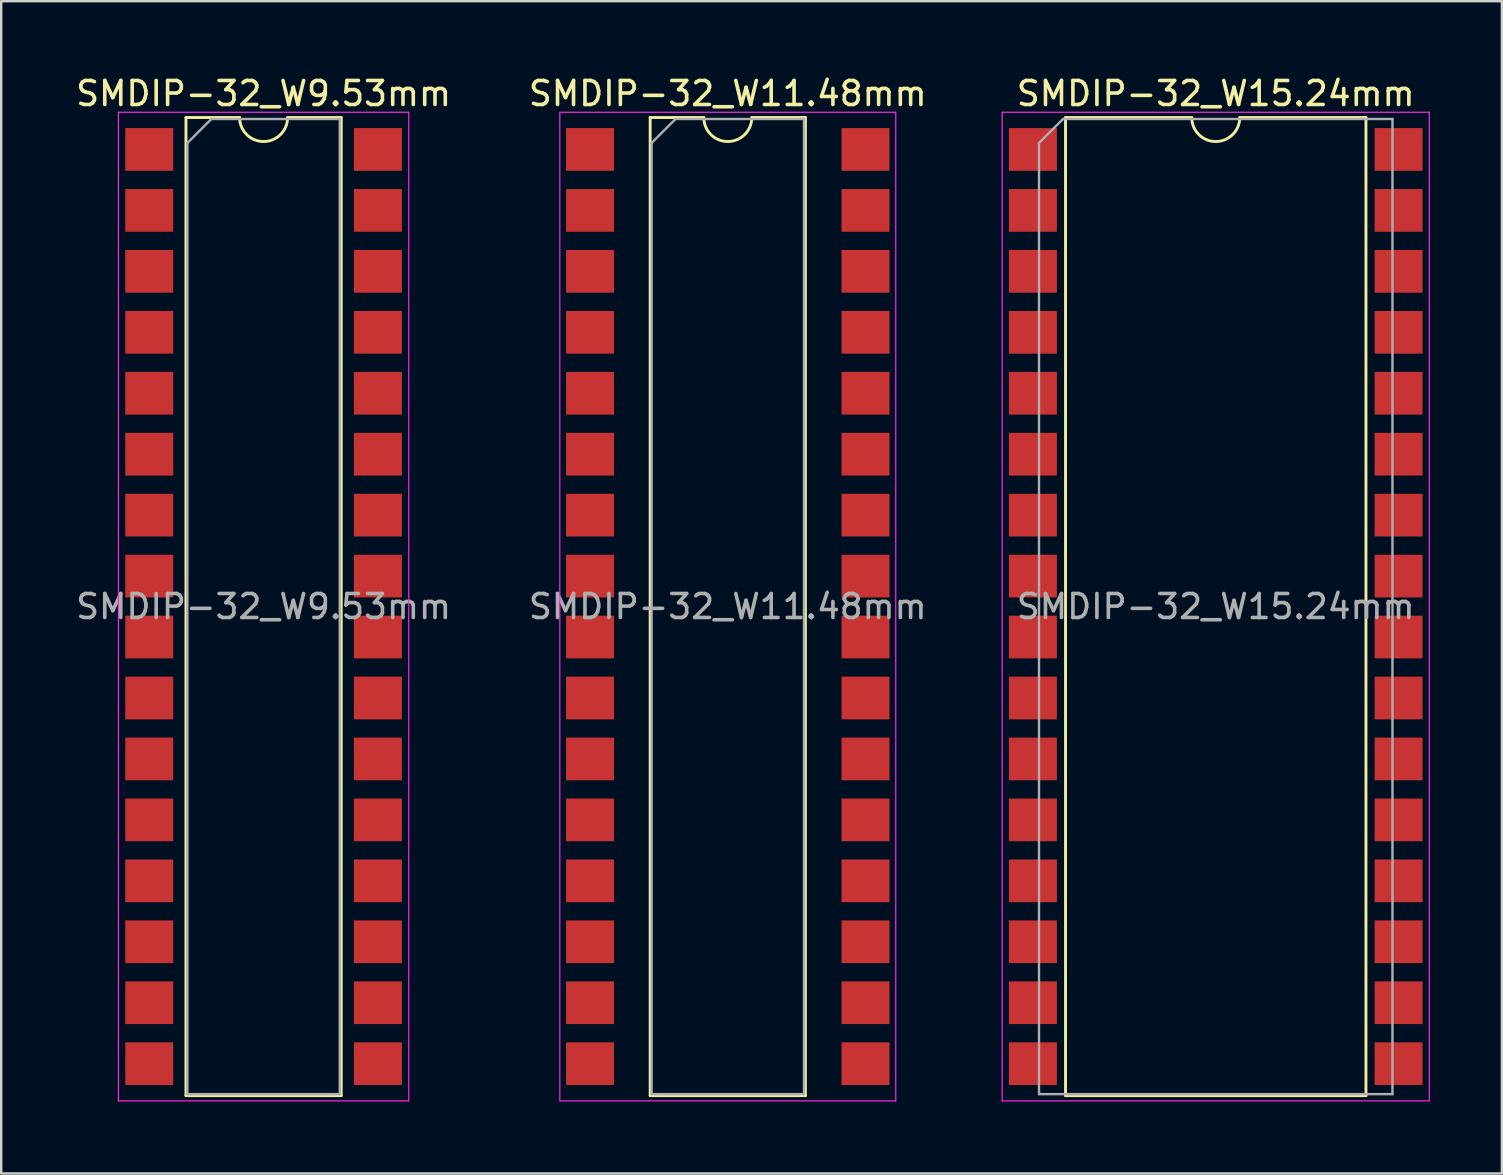
<source format=kicad_pcb>
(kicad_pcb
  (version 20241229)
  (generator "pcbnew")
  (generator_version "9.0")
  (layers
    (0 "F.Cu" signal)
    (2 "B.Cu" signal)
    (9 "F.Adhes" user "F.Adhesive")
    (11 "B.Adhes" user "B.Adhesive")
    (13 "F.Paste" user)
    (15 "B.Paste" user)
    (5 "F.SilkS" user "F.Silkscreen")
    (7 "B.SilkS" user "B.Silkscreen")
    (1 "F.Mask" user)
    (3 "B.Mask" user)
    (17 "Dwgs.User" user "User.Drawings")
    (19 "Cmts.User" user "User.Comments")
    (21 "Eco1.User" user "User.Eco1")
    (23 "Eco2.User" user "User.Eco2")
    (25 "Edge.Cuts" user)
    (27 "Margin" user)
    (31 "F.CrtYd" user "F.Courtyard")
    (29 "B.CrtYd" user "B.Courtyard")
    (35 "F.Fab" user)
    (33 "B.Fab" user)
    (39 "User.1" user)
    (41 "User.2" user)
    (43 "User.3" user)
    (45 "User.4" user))
  (footprint "SMDIP-32_W15.24mm"
    (layer "F.Cu")
    (at 47.615 22.228)
    (property "Reference" "SMDIP-32_W15.24mm" (at 0 -21.38 0) (layer "F.SilkS") (effects (font (size 1 1) (thickness 0.15))))
    (attr smd)
    (fp_line (start -6.26 -20.38) (end -6.26 20.38) (stroke (width 0.12) (type solid)) (layer "F.SilkS"))
    (fp_line (start -6.26 20.38) (end 6.26 20.38) (stroke (width 0.12) (type solid)) (layer "F.SilkS"))
    (fp_line (start -1 -20.38) (end -6.26 -20.38) (stroke (width 0.12) (type solid)) (layer "F.SilkS"))
    (fp_line (start 6.26 -20.38) (end 1 -20.38) (stroke (width 0.12) (type solid)) (layer "F.SilkS"))
    (fp_line (start 6.26 20.38) (end 6.26 -20.38) (stroke (width 0.12) (type solid)) (layer "F.SilkS"))
    (fp_arc (start 1 -20.38) (mid 0 -19.38) (end -1 -20.38) (stroke (width 0.12) (type solid)) (layer "F.SilkS"))
    (fp_line (start -8.9 -20.6) (end -8.9 20.6) (stroke (width 0.05) (type solid)) (layer "F.CrtYd"))
    (fp_line (start -8.9 20.6) (end 8.9 20.6) (stroke (width 0.05) (type solid)) (layer "F.CrtYd"))
    (fp_line (start 8.9 -20.6) (end -8.9 -20.6) (stroke (width 0.05) (type solid)) (layer "F.CrtYd"))
    (fp_line (start 8.9 20.6) (end 8.9 -20.6) (stroke (width 0.05) (type solid)) (layer "F.CrtYd"))
    (fp_line (start -7.365 -19.32) (end -6.365 -20.32) (stroke (width 0.1) (type solid)) (layer "F.Fab"))
    (fp_line (start -7.365 20.32) (end -7.365 -19.32) (stroke (width 0.1) (type solid)) (layer "F.Fab"))
    (fp_line (start -6.365 -20.32) (end 7.365 -20.32) (stroke (width 0.1) (type solid)) (layer "F.Fab"))
    (fp_line (start 7.365 -20.32) (end 7.365 20.32) (stroke (width 0.1) (type solid)) (layer "F.Fab"))
    (fp_line (start 7.365 20.32) (end -7.365 20.32) (stroke (width 0.1) (type solid)) (layer "F.Fab"))
    (fp_text user "${REFERENCE}" (at 0 0 0) (layer "F.Fab") (effects (font (size 1 1) (thickness 0.15))))
    (pad "1" smd rect (at -7.62 -19.05) (size 2 1.78) (layers "F.Cu" "F.Mask" "F.Paste"))
    (pad "2" smd rect (at -7.62 -16.51) (size 2 1.78) (layers "F.Cu" "F.Mask" "F.Paste"))
    (pad "3" smd rect (at -7.62 -13.97) (size 2 1.78) (layers "F.Cu" "F.Mask" "F.Paste"))
    (pad "4" smd rect (at -7.62 -11.43) (size 2 1.78) (layers "F.Cu" "F.Mask" "F.Paste"))
    (pad "5" smd rect (at -7.62 -8.89) (size 2 1.78) (layers "F.Cu" "F.Mask" "F.Paste"))
    (pad "6" smd rect (at -7.62 -6.35) (size 2 1.78) (layers "F.Cu" "F.Mask" "F.Paste"))
    (pad "7" smd rect (at -7.62 -3.81) (size 2 1.78) (layers "F.Cu" "F.Mask" "F.Paste"))
    (pad "8" smd rect (at -7.62 -1.27) (size 2 1.78) (layers "F.Cu" "F.Mask" "F.Paste"))
    (pad "9" smd rect (at -7.62 1.27) (size 2 1.78) (layers "F.Cu" "F.Mask" "F.Paste"))
    (pad "10" smd rect (at -7.62 3.81) (size 2 1.78) (layers "F.Cu" "F.Mask" "F.Paste"))
    (pad "11" smd rect (at -7.62 6.35) (size 2 1.78) (layers "F.Cu" "F.Mask" "F.Paste"))
    (pad "12" smd rect (at -7.62 8.89) (size 2 1.78) (layers "F.Cu" "F.Mask" "F.Paste"))
    (pad "13" smd rect (at -7.62 11.43) (size 2 1.78) (layers "F.Cu" "F.Mask" "F.Paste"))
    (pad "14" smd rect (at -7.62 13.97) (size 2 1.78) (layers "F.Cu" "F.Mask" "F.Paste"))
    (pad "15" smd rect (at -7.62 16.51) (size 2 1.78) (layers "F.Cu" "F.Mask" "F.Paste"))
    (pad "16" smd rect (at -7.62 19.05) (size 2 1.78) (layers "F.Cu" "F.Mask" "F.Paste"))
    (pad "17" smd rect (at 7.62 19.05) (size 2 1.78) (layers "F.Cu" "F.Mask" "F.Paste"))
    (pad "18" smd rect (at 7.62 16.51) (size 2 1.78) (layers "F.Cu" "F.Mask" "F.Paste"))
    (pad "19" smd rect (at 7.62 13.97) (size 2 1.78) (layers "F.Cu" "F.Mask" "F.Paste"))
    (pad "20" smd rect (at 7.62 11.43) (size 2 1.78) (layers "F.Cu" "F.Mask" "F.Paste"))
    (pad "21" smd rect (at 7.62 8.89) (size 2 1.78) (layers "F.Cu" "F.Mask" "F.Paste"))
    (pad "22" smd rect (at 7.62 6.35) (size 2 1.78) (layers "F.Cu" "F.Mask" "F.Paste"))
    (pad "23" smd rect (at 7.62 3.81) (size 2 1.78) (layers "F.Cu" "F.Mask" "F.Paste"))
    (pad "24" smd rect (at 7.62 1.27) (size 2 1.78) (layers "F.Cu" "F.Mask" "F.Paste"))
    (pad "25" smd rect (at 7.62 -1.27) (size 2 1.78) (layers "F.Cu" "F.Mask" "F.Paste"))
    (pad "26" smd rect (at 7.62 -3.81) (size 2 1.78) (layers "F.Cu" "F.Mask" "F.Paste"))
    (pad "27" smd rect (at 7.62 -6.35) (size 2 1.78) (layers "F.Cu" "F.Mask" "F.Paste"))
    (pad "28" smd rect (at 7.62 -8.89) (size 2 1.78) (layers "F.Cu" "F.Mask" "F.Paste"))
    (pad "29" smd rect (at 7.62 -11.43) (size 2 1.78) (layers "F.Cu" "F.Mask" "F.Paste"))
    (pad "30" smd rect (at 7.62 -13.97) (size 2 1.78) (layers "F.Cu" "F.Mask" "F.Paste"))
    (pad "31" smd rect (at 7.62 -16.51) (size 2 1.78) (layers "F.Cu" "F.Mask" "F.Paste"))
    (pad "32" smd rect (at 7.62 -19.05) (size 2 1.78) (layers "F.Cu" "F.Mask" "F.Paste")))
  (footprint "SMDIP-32_W9.53mm"
    (layer "F.Cu")
    (at 7.935 22.228)
    (property "Reference" "SMDIP-32_W9.53mm" (at 0 -21.38 0) (layer "F.SilkS") (effects (font (size 1 1) (thickness 0.15))))
    (attr smd)
    (fp_line (start -3.235 -20.38) (end -3.235 20.38) (stroke (width 0.12) (type solid)) (layer "F.SilkS"))
    (fp_line (start -3.235 20.38) (end 3.235 20.38) (stroke (width 0.12) (type solid)) (layer "F.SilkS"))
    (fp_line (start -1 -20.38) (end -3.235 -20.38) (stroke (width 0.12) (type solid)) (layer "F.SilkS"))
    (fp_line (start 3.235 -20.38) (end 1 -20.38) (stroke (width 0.12) (type solid)) (layer "F.SilkS"))
    (fp_line (start 3.235 20.38) (end 3.235 -20.38) (stroke (width 0.12) (type solid)) (layer "F.SilkS"))
    (fp_arc (start 1 -20.38) (mid 0 -19.38) (end -1 -20.38) (stroke (width 0.12) (type solid)) (layer "F.SilkS"))
    (fp_line (start -6.05 -20.6) (end -6.05 20.6) (stroke (width 0.05) (type solid)) (layer "F.CrtYd"))
    (fp_line (start -6.05 20.6) (end 6.05 20.6) (stroke (width 0.05) (type solid)) (layer "F.CrtYd"))
    (fp_line (start 6.05 -20.6) (end -6.05 -20.6) (stroke (width 0.05) (type solid)) (layer "F.CrtYd"))
    (fp_line (start 6.05 20.6) (end 6.05 -20.6) (stroke (width 0.05) (type solid)) (layer "F.CrtYd"))
    (fp_line (start -3.175 -19.32) (end -2.175 -20.32) (stroke (width 0.1) (type solid)) (layer "F.Fab"))
    (fp_line (start -3.175 20.32) (end -3.175 -19.32) (stroke (width 0.1) (type solid)) (layer "F.Fab"))
    (fp_line (start -2.175 -20.32) (end 3.175 -20.32) (stroke (width 0.1) (type solid)) (layer "F.Fab"))
    (fp_line (start 3.175 -20.32) (end 3.175 20.32) (stroke (width 0.1) (type solid)) (layer "F.Fab"))
    (fp_line (start 3.175 20.32) (end -3.175 20.32) (stroke (width 0.1) (type solid)) (layer "F.Fab"))
    (fp_text user "${REFERENCE}" (at 0 0 0) (layer "F.Fab") (effects (font (size 1 1) (thickness 0.15))))
    (pad "1" smd rect (at -4.765 -19.05) (size 2 1.78) (layers "F.Cu" "F.Mask" "F.Paste"))
    (pad "2" smd rect (at -4.765 -16.51) (size 2 1.78) (layers "F.Cu" "F.Mask" "F.Paste"))
    (pad "3" smd rect (at -4.765 -13.97) (size 2 1.78) (layers "F.Cu" "F.Mask" "F.Paste"))
    (pad "4" smd rect (at -4.765 -11.43) (size 2 1.78) (layers "F.Cu" "F.Mask" "F.Paste"))
    (pad "5" smd rect (at -4.765 -8.89) (size 2 1.78) (layers "F.Cu" "F.Mask" "F.Paste"))
    (pad "6" smd rect (at -4.765 -6.35) (size 2 1.78) (layers "F.Cu" "F.Mask" "F.Paste"))
    (pad "7" smd rect (at -4.765 -3.81) (size 2 1.78) (layers "F.Cu" "F.Mask" "F.Paste"))
    (pad "8" smd rect (at -4.765 -1.27) (size 2 1.78) (layers "F.Cu" "F.Mask" "F.Paste"))
    (pad "9" smd rect (at -4.765 1.27) (size 2 1.78) (layers "F.Cu" "F.Mask" "F.Paste"))
    (pad "10" smd rect (at -4.765 3.81) (size 2 1.78) (layers "F.Cu" "F.Mask" "F.Paste"))
    (pad "11" smd rect (at -4.765 6.35) (size 2 1.78) (layers "F.Cu" "F.Mask" "F.Paste"))
    (pad "12" smd rect (at -4.765 8.89) (size 2 1.78) (layers "F.Cu" "F.Mask" "F.Paste"))
    (pad "13" smd rect (at -4.765 11.43) (size 2 1.78) (layers "F.Cu" "F.Mask" "F.Paste"))
    (pad "14" smd rect (at -4.765 13.97) (size 2 1.78) (layers "F.Cu" "F.Mask" "F.Paste"))
    (pad "15" smd rect (at -4.765 16.51) (size 2 1.78) (layers "F.Cu" "F.Mask" "F.Paste"))
    (pad "16" smd rect (at -4.765 19.05) (size 2 1.78) (layers "F.Cu" "F.Mask" "F.Paste"))
    (pad "17" smd rect (at 4.765 19.05) (size 2 1.78) (layers "F.Cu" "F.Mask" "F.Paste"))
    (pad "18" smd rect (at 4.765 16.51) (size 2 1.78) (layers "F.Cu" "F.Mask" "F.Paste"))
    (pad "19" smd rect (at 4.765 13.97) (size 2 1.78) (layers "F.Cu" "F.Mask" "F.Paste"))
    (pad "20" smd rect (at 4.765 11.43) (size 2 1.78) (layers "F.Cu" "F.Mask" "F.Paste"))
    (pad "21" smd rect (at 4.765 8.89) (size 2 1.78) (layers "F.Cu" "F.Mask" "F.Paste"))
    (pad "22" smd rect (at 4.765 6.35) (size 2 1.78) (layers "F.Cu" "F.Mask" "F.Paste"))
    (pad "23" smd rect (at 4.765 3.81) (size 2 1.78) (layers "F.Cu" "F.Mask" "F.Paste"))
    (pad "24" smd rect (at 4.765 1.27) (size 2 1.78) (layers "F.Cu" "F.Mask" "F.Paste"))
    (pad "25" smd rect (at 4.765 -1.27) (size 2 1.78) (layers "F.Cu" "F.Mask" "F.Paste"))
    (pad "26" smd rect (at 4.765 -3.81) (size 2 1.78) (layers "F.Cu" "F.Mask" "F.Paste"))
    (pad "27" smd rect (at 4.765 -6.35) (size 2 1.78) (layers "F.Cu" "F.Mask" "F.Paste"))
    (pad "28" smd rect (at 4.765 -8.89) (size 2 1.78) (layers "F.Cu" "F.Mask" "F.Paste"))
    (pad "29" smd rect (at 4.765 -11.43) (size 2 1.78) (layers "F.Cu" "F.Mask" "F.Paste"))
    (pad "30" smd rect (at 4.765 -13.97) (size 2 1.78) (layers "F.Cu" "F.Mask" "F.Paste"))
    (pad "31" smd rect (at 4.765 -16.51) (size 2 1.78) (layers "F.Cu" "F.Mask" "F.Paste"))
    (pad "32" smd rect (at 4.765 -19.05) (size 2 1.78) (layers "F.Cu" "F.Mask" "F.Paste")))
  (footprint "SMDIP-32_W11.48mm"
    (layer "F.Cu")
    (at 27.28 22.228)
    (property "Reference" "SMDIP-32_W11.48mm" (at 0 -21.38 0) (layer "F.SilkS") (effects (font (size 1 1) (thickness 0.15))))
    (attr smd)
    (fp_line (start -3.235 -20.38) (end -3.235 20.38) (stroke (width 0.12) (type solid)) (layer "F.SilkS"))
    (fp_line (start -3.235 20.38) (end 3.235 20.38) (stroke (width 0.12) (type solid)) (layer "F.SilkS"))
    (fp_line (start -1 -20.38) (end -3.235 -20.38) (stroke (width 0.12) (type solid)) (layer "F.SilkS"))
    (fp_line (start 3.235 -20.38) (end 1 -20.38) (stroke (width 0.12) (type solid)) (layer "F.SilkS"))
    (fp_line (start 3.235 20.38) (end 3.235 -20.38) (stroke (width 0.12) (type solid)) (layer "F.SilkS"))
    (fp_arc (start 1 -20.38) (mid 0 -19.38) (end -1 -20.38) (stroke (width 0.12) (type solid)) (layer "F.SilkS"))
    (fp_line (start -7 -20.6) (end -7 20.6) (stroke (width 0.05) (type solid)) (layer "F.CrtYd"))
    (fp_line (start -7 20.6) (end 7 20.6) (stroke (width 0.05) (type solid)) (layer "F.CrtYd"))
    (fp_line (start 7 -20.6) (end -7 -20.6) (stroke (width 0.05) (type solid)) (layer "F.CrtYd"))
    (fp_line (start 7 20.6) (end 7 -20.6) (stroke (width 0.05) (type solid)) (layer "F.CrtYd"))
    (fp_line (start -3.175 -19.32) (end -2.175 -20.32) (stroke (width 0.1) (type solid)) (layer "F.Fab"))
    (fp_line (start -3.175 20.32) (end -3.175 -19.32) (stroke (width 0.1) (type solid)) (layer "F.Fab"))
    (fp_line (start -2.175 -20.32) (end 3.175 -20.32) (stroke (width 0.1) (type solid)) (layer "F.Fab"))
    (fp_line (start 3.175 -20.32) (end 3.175 20.32) (stroke (width 0.1) (type solid)) (layer "F.Fab"))
    (fp_line (start 3.175 20.32) (end -3.175 20.32) (stroke (width 0.1) (type solid)) (layer "F.Fab"))
    (fp_text user "${REFERENCE}" (at 0 0 0) (layer "F.Fab") (effects (font (size 1 1) (thickness 0.15))))
    (pad "1" smd rect (at -5.74 -19.05) (size 2 1.78) (layers "F.Cu" "F.Mask" "F.Paste"))
    (pad "2" smd rect (at -5.74 -16.51) (size 2 1.78) (layers "F.Cu" "F.Mask" "F.Paste"))
    (pad "3" smd rect (at -5.74 -13.97) (size 2 1.78) (layers "F.Cu" "F.Mask" "F.Paste"))
    (pad "4" smd rect (at -5.74 -11.43) (size 2 1.78) (layers "F.Cu" "F.Mask" "F.Paste"))
    (pad "5" smd rect (at -5.74 -8.89) (size 2 1.78) (layers "F.Cu" "F.Mask" "F.Paste"))
    (pad "6" smd rect (at -5.74 -6.35) (size 2 1.78) (layers "F.Cu" "F.Mask" "F.Paste"))
    (pad "7" smd rect (at -5.74 -3.81) (size 2 1.78) (layers "F.Cu" "F.Mask" "F.Paste"))
    (pad "8" smd rect (at -5.74 -1.27) (size 2 1.78) (layers "F.Cu" "F.Mask" "F.Paste"))
    (pad "9" smd rect (at -5.74 1.27) (size 2 1.78) (layers "F.Cu" "F.Mask" "F.Paste"))
    (pad "10" smd rect (at -5.74 3.81) (size 2 1.78) (layers "F.Cu" "F.Mask" "F.Paste"))
    (pad "11" smd rect (at -5.74 6.35) (size 2 1.78) (layers "F.Cu" "F.Mask" "F.Paste"))
    (pad "12" smd rect (at -5.74 8.89) (size 2 1.78) (layers "F.Cu" "F.Mask" "F.Paste"))
    (pad "13" smd rect (at -5.74 11.43) (size 2 1.78) (layers "F.Cu" "F.Mask" "F.Paste"))
    (pad "14" smd rect (at -5.74 13.97) (size 2 1.78) (layers "F.Cu" "F.Mask" "F.Paste"))
    (pad "15" smd rect (at -5.74 16.51) (size 2 1.78) (layers "F.Cu" "F.Mask" "F.Paste"))
    (pad "16" smd rect (at -5.74 19.05) (size 2 1.78) (layers "F.Cu" "F.Mask" "F.Paste"))
    (pad "17" smd rect (at 5.74 19.05) (size 2 1.78) (layers "F.Cu" "F.Mask" "F.Paste"))
    (pad "18" smd rect (at 5.74 16.51) (size 2 1.78) (layers "F.Cu" "F.Mask" "F.Paste"))
    (pad "19" smd rect (at 5.74 13.97) (size 2 1.78) (layers "F.Cu" "F.Mask" "F.Paste"))
    (pad "20" smd rect (at 5.74 11.43) (size 2 1.78) (layers "F.Cu" "F.Mask" "F.Paste"))
    (pad "21" smd rect (at 5.74 8.89) (size 2 1.78) (layers "F.Cu" "F.Mask" "F.Paste"))
    (pad "22" smd rect (at 5.74 6.35) (size 2 1.78) (layers "F.Cu" "F.Mask" "F.Paste"))
    (pad "23" smd rect (at 5.74 3.81) (size 2 1.78) (layers "F.Cu" "F.Mask" "F.Paste"))
    (pad "24" smd rect (at 5.74 1.27) (size 2 1.78) (layers "F.Cu" "F.Mask" "F.Paste"))
    (pad "25" smd rect (at 5.74 -1.27) (size 2 1.78) (layers "F.Cu" "F.Mask" "F.Paste"))
    (pad "26" smd rect (at 5.74 -3.81) (size 2 1.78) (layers "F.Cu" "F.Mask" "F.Paste"))
    (pad "27" smd rect (at 5.74 -6.35) (size 2 1.78) (layers "F.Cu" "F.Mask" "F.Paste"))
    (pad "28" smd rect (at 5.74 -8.89) (size 2 1.78) (layers "F.Cu" "F.Mask" "F.Paste"))
    (pad "29" smd rect (at 5.74 -11.43) (size 2 1.78) (layers "F.Cu" "F.Mask" "F.Paste"))
    (pad "30" smd rect (at 5.74 -13.97) (size 2 1.78) (layers "F.Cu" "F.Mask" "F.Paste"))
    (pad "31" smd rect (at 5.74 -16.51) (size 2 1.78) (layers "F.Cu" "F.Mask" "F.Paste"))
    (pad "32" smd rect (at 5.74 -19.05) (size 2 1.78) (layers "F.Cu" "F.Mask" "F.Paste")))
  (gr_rect
    (start -3 -3)
    (end 59.54 45.853)
    (stroke (width 0.1) (type default))
    (fill no)
    (layer "Edge.Cuts")))
</source>
